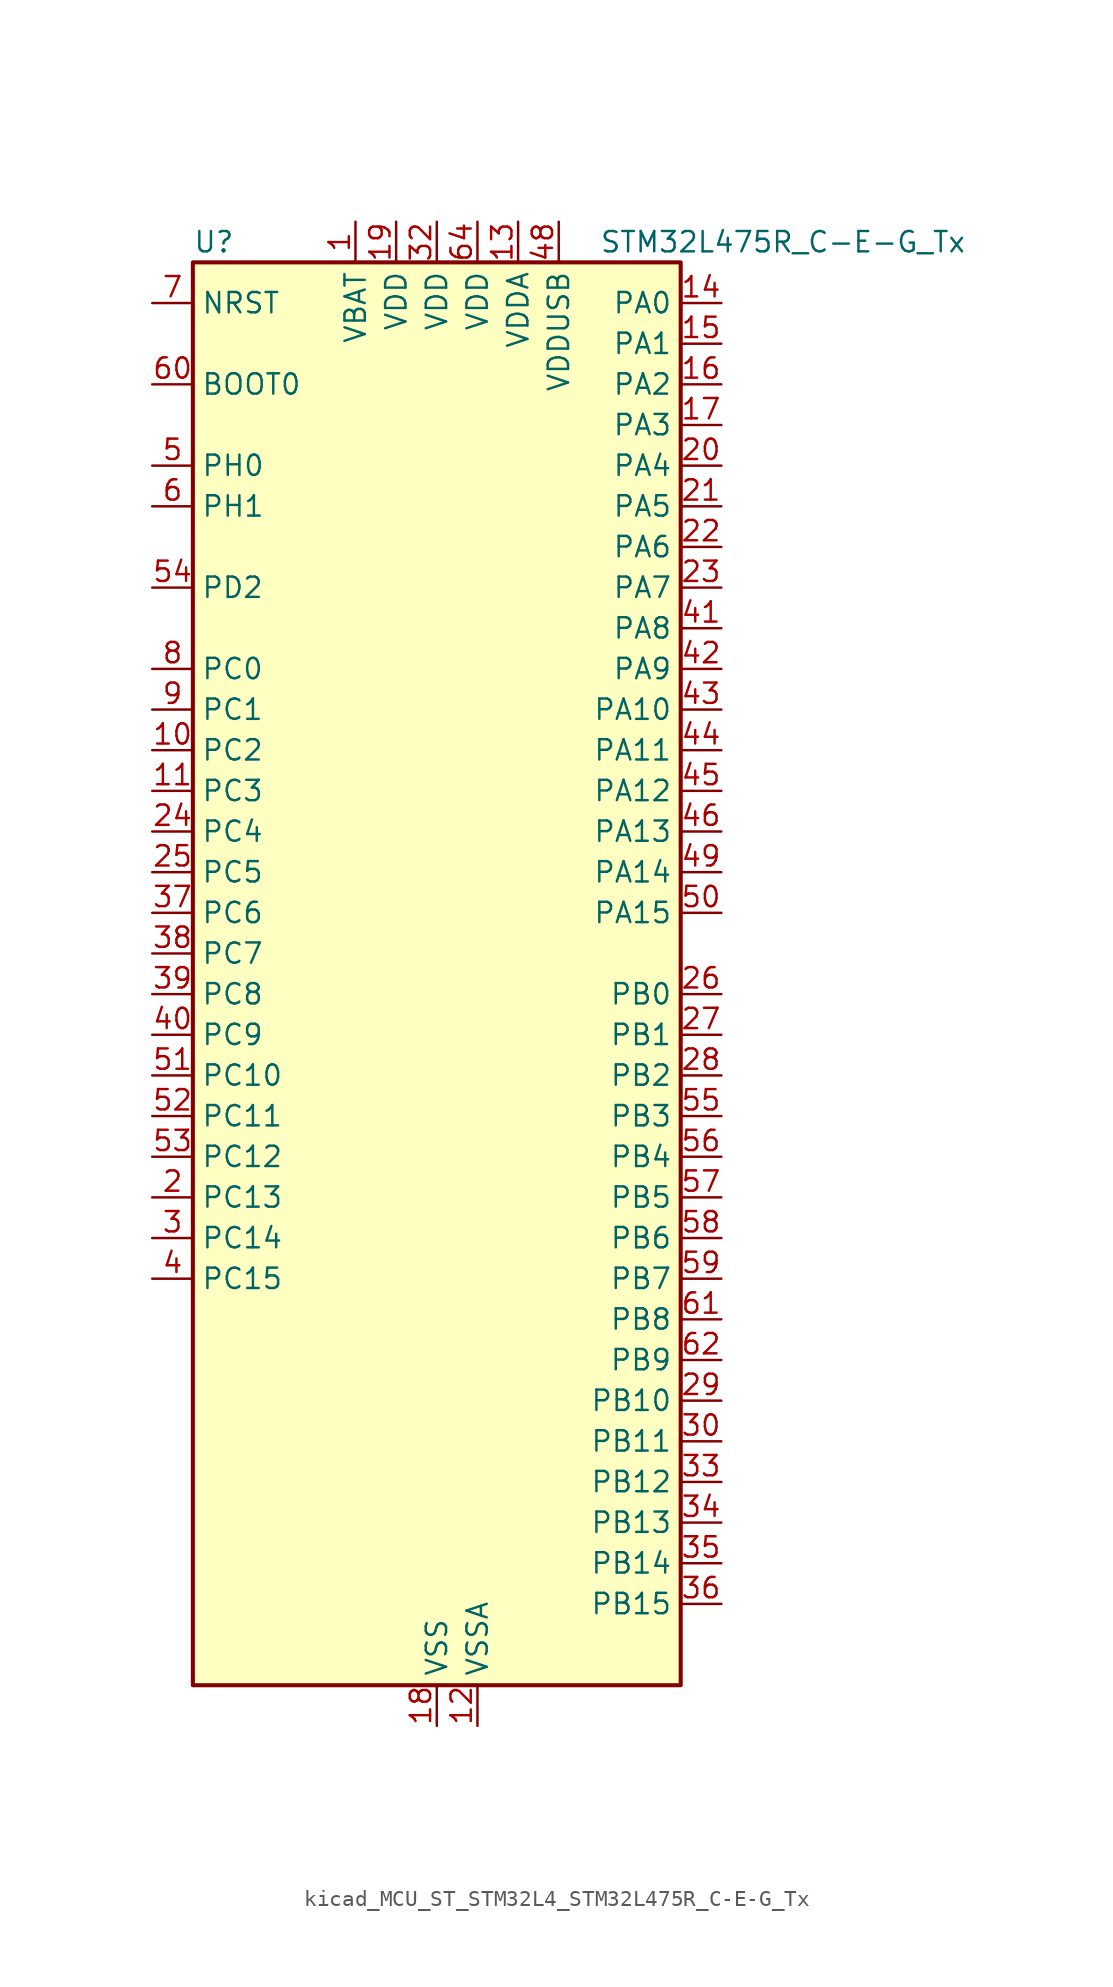
<source format=kicad_sym>
(kicad_symbol_lib
  (version 20220914)
  (generator kicad_symbol_editor)
  (symbol "kicad_MCU_ST_STM32L4_STM32L475R_C-E-G_Tx"
    (property "Reference" "U"
      (at -15.24 46.99 0)
      (effects (font (size 1.27 1.27)) (justify left)))
    (property "Value" "STM32L475R_C-E-G_Tx"
      (at 10.16 46.99 0)
      (effects (font (size 1.27 1.27)) (justify left)))
    (property "ki_locked" ""
      (at 0 0 0)
      (effects (font (size 1.27 1.27))))
    (symbol "kicad_MCU_ST_STM32L4_STM32L475R_C-E-G_Tx_0_1"
      (rectangle (start -15.24 -43.18) (end 15.24 45.72) (stroke (width 0.254) (type default)) (fill (type background))))
    (symbol "kicad_MCU_ST_STM32L4_STM32L475R_C-E-G_Tx_1_1"
      (pin power_in line (at -5.08 48.26 270) (length 2.54) (name "VBAT" (effects (font (size 1.27 1.27)))) (number "1" (effects (font (size 1.27 1.27)))))
      (pin bidirectional line (at -17.78 15.24 0) (length 2.54) (name "PC2" (effects (font (size 1.27 1.27)))) (number "10" (effects (font (size 1.27 1.27)))) (alternate "ADC1_IN3" bidirectional line) (alternate "ADC2_IN3" bidirectional line) (alternate "ADC3_IN3" bidirectional line) (alternate "DFSDM1_CKOUT" bidirectional line) (alternate "LPTIM1_IN2" bidirectional line) (alternate "SPI2_MISO" bidirectional line))
      (pin bidirectional line (at -17.78 12.7 0) (length 2.54) (name "PC3" (effects (font (size 1.27 1.27)))) (number "11" (effects (font (size 1.27 1.27)))) (alternate "ADC1_IN4" bidirectional line) (alternate "ADC2_IN4" bidirectional line) (alternate "ADC3_IN4" bidirectional line) (alternate "LPTIM1_ETR" bidirectional line) (alternate "LPTIM2_ETR" bidirectional line) (alternate "SAI1_SD_A" bidirectional line) (alternate "SPI2_MOSI" bidirectional line))
      (pin power_in line (at 2.54 -45.72 90) (length 2.54) (name "VSSA" (effects (font (size 1.27 1.27)))) (number "12" (effects (font (size 1.27 1.27)))))
      (pin power_in line (at 5.08 48.26 270) (length 2.54) (name "VDDA" (effects (font (size 1.27 1.27)))) (number "13" (effects (font (size 1.27 1.27)))))
      (pin bidirectional line (at 17.78 43.18 180) (length 2.54) (name "PA0" (effects (font (size 1.27 1.27)))) (number "14" (effects (font (size 1.27 1.27)))) (alternate "ADC1_IN5" bidirectional line) (alternate "ADC2_IN5" bidirectional line) (alternate "OPAMP1_VINP" bidirectional line) (alternate "RTC_TAMP2" bidirectional line) (alternate "SAI1_EXTCLK" bidirectional line) (alternate "SYS_WKUP1" bidirectional line) (alternate "TIM2_CH1" bidirectional line) (alternate "TIM2_ETR" bidirectional line) (alternate "TIM5_CH1" bidirectional line) (alternate "TIM8_ETR" bidirectional line) (alternate "UART4_TX" bidirectional line) (alternate "USART2_CTS" bidirectional line))
      (pin bidirectional line (at 17.78 40.64 180) (length 2.54) (name "PA1" (effects (font (size 1.27 1.27)))) (number "15" (effects (font (size 1.27 1.27)))) (alternate "ADC1_IN6" bidirectional line) (alternate "ADC2_IN6" bidirectional line) (alternate "OPAMP1_VINM" bidirectional line) (alternate "TIM15_CH1N" bidirectional line) (alternate "TIM2_CH2" bidirectional line) (alternate "TIM5_CH2" bidirectional line) (alternate "UART4_RX" bidirectional line) (alternate "USART2_DE" bidirectional line) (alternate "USART2_RTS" bidirectional line))
      (pin bidirectional line (at 17.78 38.1 180) (length 2.54) (name "PA2" (effects (font (size 1.27 1.27)))) (number "16" (effects (font (size 1.27 1.27)))) (alternate "ADC1_IN7" bidirectional line) (alternate "ADC2_IN7" bidirectional line) (alternate "RCC_LSCO" bidirectional line) (alternate "SAI2_EXTCLK" bidirectional line) (alternate "SYS_WKUP4" bidirectional line) (alternate "TIM15_CH1" bidirectional line) (alternate "TIM2_CH3" bidirectional line) (alternate "TIM5_CH3" bidirectional line) (alternate "USART2_TX" bidirectional line))
      (pin bidirectional line (at 17.78 35.56 180) (length 2.54) (name "PA3" (effects (font (size 1.27 1.27)))) (number "17" (effects (font (size 1.27 1.27)))) (alternate "ADC1_IN8" bidirectional line) (alternate "ADC2_IN8" bidirectional line) (alternate "OPAMP1_VOUT" bidirectional line) (alternate "TIM15_CH2" bidirectional line) (alternate "TIM2_CH4" bidirectional line) (alternate "TIM5_CH4" bidirectional line) (alternate "USART2_RX" bidirectional line))
      (pin power_in line (at 0 -45.72 90) (length 2.54) (name "VSS" (effects (font (size 1.27 1.27)))) (number "18" (effects (font (size 1.27 1.27)))))
      (pin power_in line (at -2.54 48.26 270) (length 2.54) (name "VDD" (effects (font (size 1.27 1.27)))) (number "19" (effects (font (size 1.27 1.27)))))
      (pin bidirectional line (at -17.78 -12.7 0) (length 2.54) (name "PC13" (effects (font (size 1.27 1.27)))) (number "2" (effects (font (size 1.27 1.27)))) (alternate "RTC_OUT_ALARM" bidirectional line) (alternate "RTC_OUT_CALIB" bidirectional line) (alternate "RTC_TAMP1" bidirectional line) (alternate "RTC_TS" bidirectional line) (alternate "SYS_WKUP2" bidirectional line))
      (pin bidirectional line (at 17.78 33.02 180) (length 2.54) (name "PA4" (effects (font (size 1.27 1.27)))) (number "20" (effects (font (size 1.27 1.27)))) (alternate "ADC1_IN9" bidirectional line) (alternate "ADC2_IN9" bidirectional line) (alternate "DAC1_OUT1" bidirectional line) (alternate "LPTIM2_OUT" bidirectional line) (alternate "SAI1_FS_B" bidirectional line) (alternate "SPI1_NSS" bidirectional line) (alternate "SPI3_NSS" bidirectional line) (alternate "USART2_CK" bidirectional line))
      (pin bidirectional line (at 17.78 30.48 180) (length 2.54) (name "PA5" (effects (font (size 1.27 1.27)))) (number "21" (effects (font (size 1.27 1.27)))) (alternate "ADC1_IN10" bidirectional line) (alternate "ADC2_IN10" bidirectional line) (alternate "DAC1_OUT2" bidirectional line) (alternate "LPTIM2_ETR" bidirectional line) (alternate "SPI1_SCK" bidirectional line) (alternate "TIM2_CH1" bidirectional line) (alternate "TIM2_ETR" bidirectional line) (alternate "TIM8_CH1N" bidirectional line))
      (pin bidirectional line (at 17.78 27.94 180) (length 2.54) (name "PA6" (effects (font (size 1.27 1.27)))) (number "22" (effects (font (size 1.27 1.27)))) (alternate "ADC1_IN11" bidirectional line) (alternate "ADC2_IN11" bidirectional line) (alternate "OPAMP2_VINP" bidirectional line) (alternate "QUADSPI_BK1_IO3" bidirectional line) (alternate "SPI1_MISO" bidirectional line) (alternate "TIM16_CH1" bidirectional line) (alternate "TIM1_BKIN" bidirectional line) (alternate "TIM1_BKIN_COMP2" bidirectional line) (alternate "TIM3_CH1" bidirectional line) (alternate "TIM8_BKIN" bidirectional line) (alternate "TIM8_BKIN_COMP2" bidirectional line) (alternate "USART3_CTS" bidirectional line))
      (pin bidirectional line (at 17.78 25.4 180) (length 2.54) (name "PA7" (effects (font (size 1.27 1.27)))) (number "23" (effects (font (size 1.27 1.27)))) (alternate "ADC1_IN12" bidirectional line) (alternate "ADC2_IN12" bidirectional line) (alternate "OPAMP2_VINM" bidirectional line) (alternate "QUADSPI_BK1_IO2" bidirectional line) (alternate "SPI1_MOSI" bidirectional line) (alternate "TIM17_CH1" bidirectional line) (alternate "TIM1_CH1N" bidirectional line) (alternate "TIM3_CH2" bidirectional line) (alternate "TIM8_CH1N" bidirectional line))
      (pin bidirectional line (at -17.78 10.16 0) (length 2.54) (name "PC4" (effects (font (size 1.27 1.27)))) (number "24" (effects (font (size 1.27 1.27)))) (alternate "ADC1_IN13" bidirectional line) (alternate "ADC2_IN13" bidirectional line) (alternate "COMP1_INM" bidirectional line) (alternate "USART3_TX" bidirectional line))
      (pin bidirectional line (at -17.78 7.62 0) (length 2.54) (name "PC5" (effects (font (size 1.27 1.27)))) (number "25" (effects (font (size 1.27 1.27)))) (alternate "ADC1_IN14" bidirectional line) (alternate "ADC2_IN14" bidirectional line) (alternate "COMP1_INP" bidirectional line) (alternate "SYS_WKUP5" bidirectional line) (alternate "USART3_RX" bidirectional line))
      (pin bidirectional line (at 17.78 0 180) (length 2.54) (name "PB0" (effects (font (size 1.27 1.27)))) (number "26" (effects (font (size 1.27 1.27)))) (alternate "ADC1_IN15" bidirectional line) (alternate "ADC2_IN15" bidirectional line) (alternate "COMP1_OUT" bidirectional line) (alternate "OPAMP2_VOUT" bidirectional line) (alternate "QUADSPI_BK1_IO1" bidirectional line) (alternate "TIM1_CH2N" bidirectional line) (alternate "TIM3_CH3" bidirectional line) (alternate "TIM8_CH2N" bidirectional line) (alternate "USART3_CK" bidirectional line))
      (pin bidirectional line (at 17.78 -2.54 180) (length 2.54) (name "PB1" (effects (font (size 1.27 1.27)))) (number "27" (effects (font (size 1.27 1.27)))) (alternate "ADC1_IN16" bidirectional line) (alternate "ADC2_IN16" bidirectional line) (alternate "COMP1_INM" bidirectional line) (alternate "DFSDM1_DATIN0" bidirectional line) (alternate "LPTIM2_IN1" bidirectional line) (alternate "QUADSPI_BK1_IO0" bidirectional line) (alternate "TIM1_CH3N" bidirectional line) (alternate "TIM3_CH4" bidirectional line) (alternate "TIM8_CH3N" bidirectional line) (alternate "USART3_DE" bidirectional line) (alternate "USART3_RTS" bidirectional line))
      (pin bidirectional line (at 17.78 -5.08 180) (length 2.54) (name "PB2" (effects (font (size 1.27 1.27)))) (number "28" (effects (font (size 1.27 1.27)))) (alternate "COMP1_INP" bidirectional line) (alternate "DFSDM1_CKIN0" bidirectional line) (alternate "I2C3_SMBA" bidirectional line) (alternate "LPTIM1_OUT" bidirectional line) (alternate "RTC_OUT_ALARM" bidirectional line) (alternate "RTC_OUT_CALIB" bidirectional line))
      (pin bidirectional line (at 17.78 -25.4 180) (length 2.54) (name "PB10" (effects (font (size 1.27 1.27)))) (number "29" (effects (font (size 1.27 1.27)))) (alternate "COMP1_OUT" bidirectional line) (alternate "DFSDM1_DATIN7" bidirectional line) (alternate "I2C2_SCL" bidirectional line) (alternate "LPUART1_RX" bidirectional line) (alternate "QUADSPI_CLK" bidirectional line) (alternate "SAI1_SCK_A" bidirectional line) (alternate "SPI2_SCK" bidirectional line) (alternate "TIM2_CH3" bidirectional line) (alternate "USART3_TX" bidirectional line))
      (pin bidirectional line (at -17.78 -15.24 0) (length 2.54) (name "PC14" (effects (font (size 1.27 1.27)))) (number "3" (effects (font (size 1.27 1.27)))) (alternate "RCC_OSC32_IN" bidirectional line))
      (pin bidirectional line (at 17.78 -27.94 180) (length 2.54) (name "PB11" (effects (font (size 1.27 1.27)))) (number "30" (effects (font (size 1.27 1.27)))) (alternate "ADC1_EXTI11" bidirectional line) (alternate "ADC2_EXTI11" bidirectional line) (alternate "ADC3_EXTI11" bidirectional line) (alternate "COMP2_OUT" bidirectional line) (alternate "DFSDM1_CKIN7" bidirectional line) (alternate "I2C2_SDA" bidirectional line) (alternate "LPUART1_TX" bidirectional line) (alternate "QUADSPI_NCS" bidirectional line) (alternate "TIM2_CH4" bidirectional line) (alternate "USART3_RX" bidirectional line))
      (pin passive line (at 0 -45.72 90) (length 2.54) hide (name "VSS" (effects (font (size 1.27 1.27)))) (number "31" (effects (font (size 1.27 1.27)))))
      (pin power_in line (at 0 48.26 270) (length 2.54) (name "VDD" (effects (font (size 1.27 1.27)))) (number "32" (effects (font (size 1.27 1.27)))))
      (pin bidirectional line (at 17.78 -30.48 180) (length 2.54) (name "PB12" (effects (font (size 1.27 1.27)))) (number "33" (effects (font (size 1.27 1.27)))) (alternate "DFSDM1_DATIN1" bidirectional line) (alternate "I2C2_SMBA" bidirectional line) (alternate "LPUART1_DE" bidirectional line) (alternate "LPUART1_RTS" bidirectional line) (alternate "SAI2_FS_A" bidirectional line) (alternate "SPI2_NSS" bidirectional line) (alternate "SWPMI1_IO" bidirectional line) (alternate "TIM15_BKIN" bidirectional line) (alternate "TIM1_BKIN" bidirectional line) (alternate "TIM1_BKIN_COMP2" bidirectional line) (alternate "TSC_G1_IO1" bidirectional line) (alternate "USART3_CK" bidirectional line))
      (pin bidirectional line (at 17.78 -33.02 180) (length 2.54) (name "PB13" (effects (font (size 1.27 1.27)))) (number "34" (effects (font (size 1.27 1.27)))) (alternate "DFSDM1_CKIN1" bidirectional line) (alternate "I2C2_SCL" bidirectional line) (alternate "LPUART1_CTS" bidirectional line) (alternate "SAI2_SCK_A" bidirectional line) (alternate "SPI2_SCK" bidirectional line) (alternate "SWPMI1_TX" bidirectional line) (alternate "TIM15_CH1N" bidirectional line) (alternate "TIM1_CH1N" bidirectional line) (alternate "TSC_G1_IO2" bidirectional line) (alternate "USART3_CTS" bidirectional line))
      (pin bidirectional line (at 17.78 -35.56 180) (length 2.54) (name "PB14" (effects (font (size 1.27 1.27)))) (number "35" (effects (font (size 1.27 1.27)))) (alternate "DFSDM1_DATIN2" bidirectional line) (alternate "I2C2_SDA" bidirectional line) (alternate "SAI2_MCLK_A" bidirectional line) (alternate "SPI2_MISO" bidirectional line) (alternate "SWPMI1_RX" bidirectional line) (alternate "TIM15_CH1" bidirectional line) (alternate "TIM1_CH2N" bidirectional line) (alternate "TIM8_CH2N" bidirectional line) (alternate "TSC_G1_IO3" bidirectional line) (alternate "USART3_DE" bidirectional line) (alternate "USART3_RTS" bidirectional line))
      (pin bidirectional line (at 17.78 -38.1 180) (length 2.54) (name "PB15" (effects (font (size 1.27 1.27)))) (number "36" (effects (font (size 1.27 1.27)))) (alternate "ADC1_EXTI15" bidirectional line) (alternate "ADC2_EXTI15" bidirectional line) (alternate "ADC3_EXTI15" bidirectional line) (alternate "DFSDM1_CKIN2" bidirectional line) (alternate "RTC_REFIN" bidirectional line) (alternate "SAI2_SD_A" bidirectional line) (alternate "SPI2_MOSI" bidirectional line) (alternate "SWPMI1_SUSPEND" bidirectional line) (alternate "TIM15_CH2" bidirectional line) (alternate "TIM1_CH3N" bidirectional line) (alternate "TIM8_CH3N" bidirectional line) (alternate "TSC_G1_IO4" bidirectional line))
      (pin bidirectional line (at -17.78 5.08 0) (length 2.54) (name "PC6" (effects (font (size 1.27 1.27)))) (number "37" (effects (font (size 1.27 1.27)))) (alternate "DFSDM1_CKIN3" bidirectional line) (alternate "SAI2_MCLK_A" bidirectional line) (alternate "SDMMC1_D6" bidirectional line) (alternate "TIM3_CH1" bidirectional line) (alternate "TIM8_CH1" bidirectional line) (alternate "TSC_G4_IO1" bidirectional line))
      (pin bidirectional line (at -17.78 2.54 0) (length 2.54) (name "PC7" (effects (font (size 1.27 1.27)))) (number "38" (effects (font (size 1.27 1.27)))) (alternate "DFSDM1_DATIN3" bidirectional line) (alternate "SAI2_MCLK_B" bidirectional line) (alternate "SDMMC1_D7" bidirectional line) (alternate "TIM3_CH2" bidirectional line) (alternate "TIM8_CH2" bidirectional line) (alternate "TSC_G4_IO2" bidirectional line))
      (pin bidirectional line (at -17.78 0 0) (length 2.54) (name "PC8" (effects (font (size 1.27 1.27)))) (number "39" (effects (font (size 1.27 1.27)))) (alternate "SDMMC1_D0" bidirectional line) (alternate "TIM3_CH3" bidirectional line) (alternate "TIM8_CH3" bidirectional line) (alternate "TSC_G4_IO3" bidirectional line))
      (pin bidirectional line (at -17.78 -17.78 0) (length 2.54) (name "PC15" (effects (font (size 1.27 1.27)))) (number "4" (effects (font (size 1.27 1.27)))) (alternate "ADC1_EXTI15" bidirectional line) (alternate "ADC2_EXTI15" bidirectional line) (alternate "ADC3_EXTI15" bidirectional line) (alternate "RCC_OSC32_OUT" bidirectional line))
      (pin bidirectional line (at -17.78 -2.54 0) (length 2.54) (name "PC9" (effects (font (size 1.27 1.27)))) (number "40" (effects (font (size 1.27 1.27)))) (alternate "DAC1_EXTI9" bidirectional line) (alternate "SAI2_EXTCLK" bidirectional line) (alternate "SDMMC1_D1" bidirectional line) (alternate "TIM3_CH4" bidirectional line) (alternate "TIM8_BKIN2" bidirectional line) (alternate "TIM8_BKIN2_COMP1" bidirectional line) (alternate "TIM8_CH4" bidirectional line) (alternate "TSC_G4_IO4" bidirectional line) (alternate "USB_OTG_FS_NOE" bidirectional line))
      (pin bidirectional line (at 17.78 22.86 180) (length 2.54) (name "PA8" (effects (font (size 1.27 1.27)))) (number "41" (effects (font (size 1.27 1.27)))) (alternate "LPTIM2_OUT" bidirectional line) (alternate "RCC_MCO" bidirectional line) (alternate "TIM1_CH1" bidirectional line) (alternate "USART1_CK" bidirectional line) (alternate "USB_OTG_FS_SOF" bidirectional line))
      (pin bidirectional line (at 17.78 20.32 180) (length 2.54) (name "PA9" (effects (font (size 1.27 1.27)))) (number "42" (effects (font (size 1.27 1.27)))) (alternate "DAC1_EXTI9" bidirectional line) (alternate "TIM15_BKIN" bidirectional line) (alternate "TIM1_CH2" bidirectional line) (alternate "USART1_TX" bidirectional line) (alternate "USB_OTG_FS_VBUS" bidirectional line))
      (pin bidirectional line (at 17.78 17.78 180) (length 2.54) (name "PA10" (effects (font (size 1.27 1.27)))) (number "43" (effects (font (size 1.27 1.27)))) (alternate "TIM17_BKIN" bidirectional line) (alternate "TIM1_CH3" bidirectional line) (alternate "USART1_RX" bidirectional line) (alternate "USB_OTG_FS_ID" bidirectional line))
      (pin bidirectional line (at 17.78 15.24 180) (length 2.54) (name "PA11" (effects (font (size 1.27 1.27)))) (number "44" (effects (font (size 1.27 1.27)))) (alternate "ADC1_EXTI11" bidirectional line) (alternate "ADC2_EXTI11" bidirectional line) (alternate "ADC3_EXTI11" bidirectional line) (alternate "CAN1_RX" bidirectional line) (alternate "TIM1_BKIN2" bidirectional line) (alternate "TIM1_BKIN2_COMP1" bidirectional line) (alternate "TIM1_CH4" bidirectional line) (alternate "USART1_CTS" bidirectional line) (alternate "USB_OTG_FS_DM" bidirectional line))
      (pin bidirectional line (at 17.78 12.7 180) (length 2.54) (name "PA12" (effects (font (size 1.27 1.27)))) (number "45" (effects (font (size 1.27 1.27)))) (alternate "CAN1_TX" bidirectional line) (alternate "TIM1_ETR" bidirectional line) (alternate "USART1_DE" bidirectional line) (alternate "USART1_RTS" bidirectional line) (alternate "USB_OTG_FS_DP" bidirectional line))
      (pin bidirectional line (at 17.78 10.16 180) (length 2.54) (name "PA13" (effects (font (size 1.27 1.27)))) (number "46" (effects (font (size 1.27 1.27)))) (alternate "IR_OUT" bidirectional line) (alternate "SYS_JTMS-SWDIO" bidirectional line) (alternate "USB_OTG_FS_NOE" bidirectional line))
      (pin passive line (at 0 -45.72 90) (length 2.54) hide (name "VSS" (effects (font (size 1.27 1.27)))) (number "47" (effects (font (size 1.27 1.27)))))
      (pin power_in line (at 7.62 48.26 270) (length 2.54) (name "VDDUSB" (effects (font (size 1.27 1.27)))) (number "48" (effects (font (size 1.27 1.27)))))
      (pin bidirectional line (at 17.78 7.62 180) (length 2.54) (name "PA14" (effects (font (size 1.27 1.27)))) (number "49" (effects (font (size 1.27 1.27)))) (alternate "SYS_JTCK-SWCLK" bidirectional line))
      (pin bidirectional line (at -17.78 33.02 0) (length 2.54) (name "PH0" (effects (font (size 1.27 1.27)))) (number "5" (effects (font (size 1.27 1.27)))) (alternate "RCC_OSC_IN" bidirectional line))
      (pin bidirectional line (at 17.78 5.08 180) (length 2.54) (name "PA15" (effects (font (size 1.27 1.27)))) (number "50" (effects (font (size 1.27 1.27)))) (alternate "ADC1_EXTI15" bidirectional line) (alternate "ADC2_EXTI15" bidirectional line) (alternate "ADC3_EXTI15" bidirectional line) (alternate "SAI2_FS_B" bidirectional line) (alternate "SPI1_NSS" bidirectional line) (alternate "SPI3_NSS" bidirectional line) (alternate "SYS_JTDI" bidirectional line) (alternate "TIM2_CH1" bidirectional line) (alternate "TIM2_ETR" bidirectional line) (alternate "TSC_G3_IO1" bidirectional line) (alternate "UART4_DE" bidirectional line) (alternate "UART4_RTS" bidirectional line))
      (pin bidirectional line (at -17.78 -5.08 0) (length 2.54) (name "PC10" (effects (font (size 1.27 1.27)))) (number "51" (effects (font (size 1.27 1.27)))) (alternate "SAI2_SCK_B" bidirectional line) (alternate "SDMMC1_D2" bidirectional line) (alternate "SPI3_SCK" bidirectional line) (alternate "TSC_G3_IO2" bidirectional line) (alternate "UART4_TX" bidirectional line) (alternate "USART3_TX" bidirectional line))
      (pin bidirectional line (at -17.78 -7.62 0) (length 2.54) (name "PC11" (effects (font (size 1.27 1.27)))) (number "52" (effects (font (size 1.27 1.27)))) (alternate "ADC1_EXTI11" bidirectional line) (alternate "ADC2_EXTI11" bidirectional line) (alternate "ADC3_EXTI11" bidirectional line) (alternate "SAI2_MCLK_B" bidirectional line) (alternate "SDMMC1_D3" bidirectional line) (alternate "SPI3_MISO" bidirectional line) (alternate "TSC_G3_IO3" bidirectional line) (alternate "UART4_RX" bidirectional line) (alternate "USART3_RX" bidirectional line))
      (pin bidirectional line (at -17.78 -10.16 0) (length 2.54) (name "PC12" (effects (font (size 1.27 1.27)))) (number "53" (effects (font (size 1.27 1.27)))) (alternate "SAI2_SD_B" bidirectional line) (alternate "SDMMC1_CK" bidirectional line) (alternate "SPI3_MOSI" bidirectional line) (alternate "TSC_G3_IO4" bidirectional line) (alternate "UART5_TX" bidirectional line) (alternate "USART3_CK" bidirectional line))
      (pin bidirectional line (at -17.78 25.4 0) (length 2.54) (name "PD2" (effects (font (size 1.27 1.27)))) (number "54" (effects (font (size 1.27 1.27)))) (alternate "SDMMC1_CMD" bidirectional line) (alternate "TIM3_ETR" bidirectional line) (alternate "TSC_SYNC" bidirectional line) (alternate "UART5_RX" bidirectional line) (alternate "USART3_DE" bidirectional line) (alternate "USART3_RTS" bidirectional line))
      (pin bidirectional line (at 17.78 -7.62 180) (length 2.54) (name "PB3" (effects (font (size 1.27 1.27)))) (number "55" (effects (font (size 1.27 1.27)))) (alternate "COMP2_INM" bidirectional line) (alternate "SAI1_SCK_B" bidirectional line) (alternate "SPI1_SCK" bidirectional line) (alternate "SPI3_SCK" bidirectional line) (alternate "SYS_JTDO-SWO" bidirectional line) (alternate "TIM2_CH2" bidirectional line) (alternate "USART1_DE" bidirectional line) (alternate "USART1_RTS" bidirectional line))
      (pin bidirectional line (at 17.78 -10.16 180) (length 2.54) (name "PB4" (effects (font (size 1.27 1.27)))) (number "56" (effects (font (size 1.27 1.27)))) (alternate "COMP2_INP" bidirectional line) (alternate "SAI1_MCLK_B" bidirectional line) (alternate "SPI1_MISO" bidirectional line) (alternate "SPI3_MISO" bidirectional line) (alternate "SYS_JTRST" bidirectional line) (alternate "TIM17_BKIN" bidirectional line) (alternate "TIM3_CH1" bidirectional line) (alternate "TSC_G2_IO1" bidirectional line) (alternate "UART5_DE" bidirectional line) (alternate "UART5_RTS" bidirectional line) (alternate "USART1_CTS" bidirectional line))
      (pin bidirectional line (at 17.78 -12.7 180) (length 2.54) (name "PB5" (effects (font (size 1.27 1.27)))) (number "57" (effects (font (size 1.27 1.27)))) (alternate "COMP2_OUT" bidirectional line) (alternate "I2C1_SMBA" bidirectional line) (alternate "LPTIM1_IN1" bidirectional line) (alternate "SAI1_SD_B" bidirectional line) (alternate "SPI1_MOSI" bidirectional line) (alternate "SPI3_MOSI" bidirectional line) (alternate "TIM16_BKIN" bidirectional line) (alternate "TIM3_CH2" bidirectional line) (alternate "TSC_G2_IO2" bidirectional line) (alternate "UART5_CTS" bidirectional line) (alternate "USART1_CK" bidirectional line))
      (pin bidirectional line (at 17.78 -15.24 180) (length 2.54) (name "PB6" (effects (font (size 1.27 1.27)))) (number "58" (effects (font (size 1.27 1.27)))) (alternate "COMP2_INP" bidirectional line) (alternate "DFSDM1_DATIN5" bidirectional line) (alternate "I2C1_SCL" bidirectional line) (alternate "LPTIM1_ETR" bidirectional line) (alternate "SAI1_FS_B" bidirectional line) (alternate "TIM16_CH1N" bidirectional line) (alternate "TIM4_CH1" bidirectional line) (alternate "TIM8_BKIN2" bidirectional line) (alternate "TIM8_BKIN2_COMP2" bidirectional line) (alternate "TSC_G2_IO3" bidirectional line) (alternate "USART1_TX" bidirectional line))
      (pin bidirectional line (at 17.78 -17.78 180) (length 2.54) (name "PB7" (effects (font (size 1.27 1.27)))) (number "59" (effects (font (size 1.27 1.27)))) (alternate "COMP2_INM" bidirectional line) (alternate "DFSDM1_CKIN5" bidirectional line) (alternate "I2C1_SDA" bidirectional line) (alternate "LPTIM1_IN2" bidirectional line) (alternate "SYS_PVD_IN" bidirectional line) (alternate "TIM17_CH1N" bidirectional line) (alternate "TIM4_CH2" bidirectional line) (alternate "TIM8_BKIN" bidirectional line) (alternate "TIM8_BKIN_COMP1" bidirectional line) (alternate "TSC_G2_IO4" bidirectional line) (alternate "UART4_CTS" bidirectional line) (alternate "USART1_RX" bidirectional line))
      (pin bidirectional line (at -17.78 30.48 0) (length 2.54) (name "PH1" (effects (font (size 1.27 1.27)))) (number "6" (effects (font (size 1.27 1.27)))) (alternate "RCC_OSC_OUT" bidirectional line))
      (pin input line (at -17.78 38.1 0) (length 2.54) (name "BOOT0" (effects (font (size 1.27 1.27)))) (number "60" (effects (font (size 1.27 1.27)))))
      (pin bidirectional line (at 17.78 -20.32 180) (length 2.54) (name "PB8" (effects (font (size 1.27 1.27)))) (number "61" (effects (font (size 1.27 1.27)))) (alternate "CAN1_RX" bidirectional line) (alternate "DFSDM1_DATIN6" bidirectional line) (alternate "I2C1_SCL" bidirectional line) (alternate "SAI1_MCLK_A" bidirectional line) (alternate "SDMMC1_D4" bidirectional line) (alternate "TIM16_CH1" bidirectional line) (alternate "TIM4_CH3" bidirectional line))
      (pin bidirectional line (at 17.78 -22.86 180) (length 2.54) (name "PB9" (effects (font (size 1.27 1.27)))) (number "62" (effects (font (size 1.27 1.27)))) (alternate "CAN1_TX" bidirectional line) (alternate "DAC1_EXTI9" bidirectional line) (alternate "DFSDM1_CKIN6" bidirectional line) (alternate "I2C1_SDA" bidirectional line) (alternate "IR_OUT" bidirectional line) (alternate "SAI1_FS_A" bidirectional line) (alternate "SDMMC1_D5" bidirectional line) (alternate "SPI2_NSS" bidirectional line) (alternate "TIM17_CH1" bidirectional line) (alternate "TIM4_CH4" bidirectional line))
      (pin passive line (at 0 -45.72 90) (length 2.54) hide (name "VSS" (effects (font (size 1.27 1.27)))) (number "63" (effects (font (size 1.27 1.27)))))
      (pin power_in line (at 2.54 48.26 270) (length 2.54) (name "VDD" (effects (font (size 1.27 1.27)))) (number "64" (effects (font (size 1.27 1.27)))))
      (pin input line (at -17.78 43.18 0) (length 2.54) (name "NRST" (effects (font (size 1.27 1.27)))) (number "7" (effects (font (size 1.27 1.27)))))
      (pin bidirectional line (at -17.78 20.32 0) (length 2.54) (name "PC0" (effects (font (size 1.27 1.27)))) (number "8" (effects (font (size 1.27 1.27)))) (alternate "ADC1_IN1" bidirectional line) (alternate "ADC2_IN1" bidirectional line) (alternate "ADC3_IN1" bidirectional line) (alternate "DFSDM1_DATIN4" bidirectional line) (alternate "I2C3_SCL" bidirectional line) (alternate "LPTIM1_IN1" bidirectional line) (alternate "LPTIM2_IN1" bidirectional line) (alternate "LPUART1_RX" bidirectional line))
      (pin bidirectional line (at -17.78 17.78 0) (length 2.54) (name "PC1" (effects (font (size 1.27 1.27)))) (number "9" (effects (font (size 1.27 1.27)))) (alternate "ADC1_IN2" bidirectional line) (alternate "ADC2_IN2" bidirectional line) (alternate "ADC3_IN2" bidirectional line) (alternate "DFSDM1_CKIN4" bidirectional line) (alternate "I2C3_SDA" bidirectional line) (alternate "LPTIM1_OUT" bidirectional line) (alternate "LPUART1_TX" bidirectional line)))))
</source>
